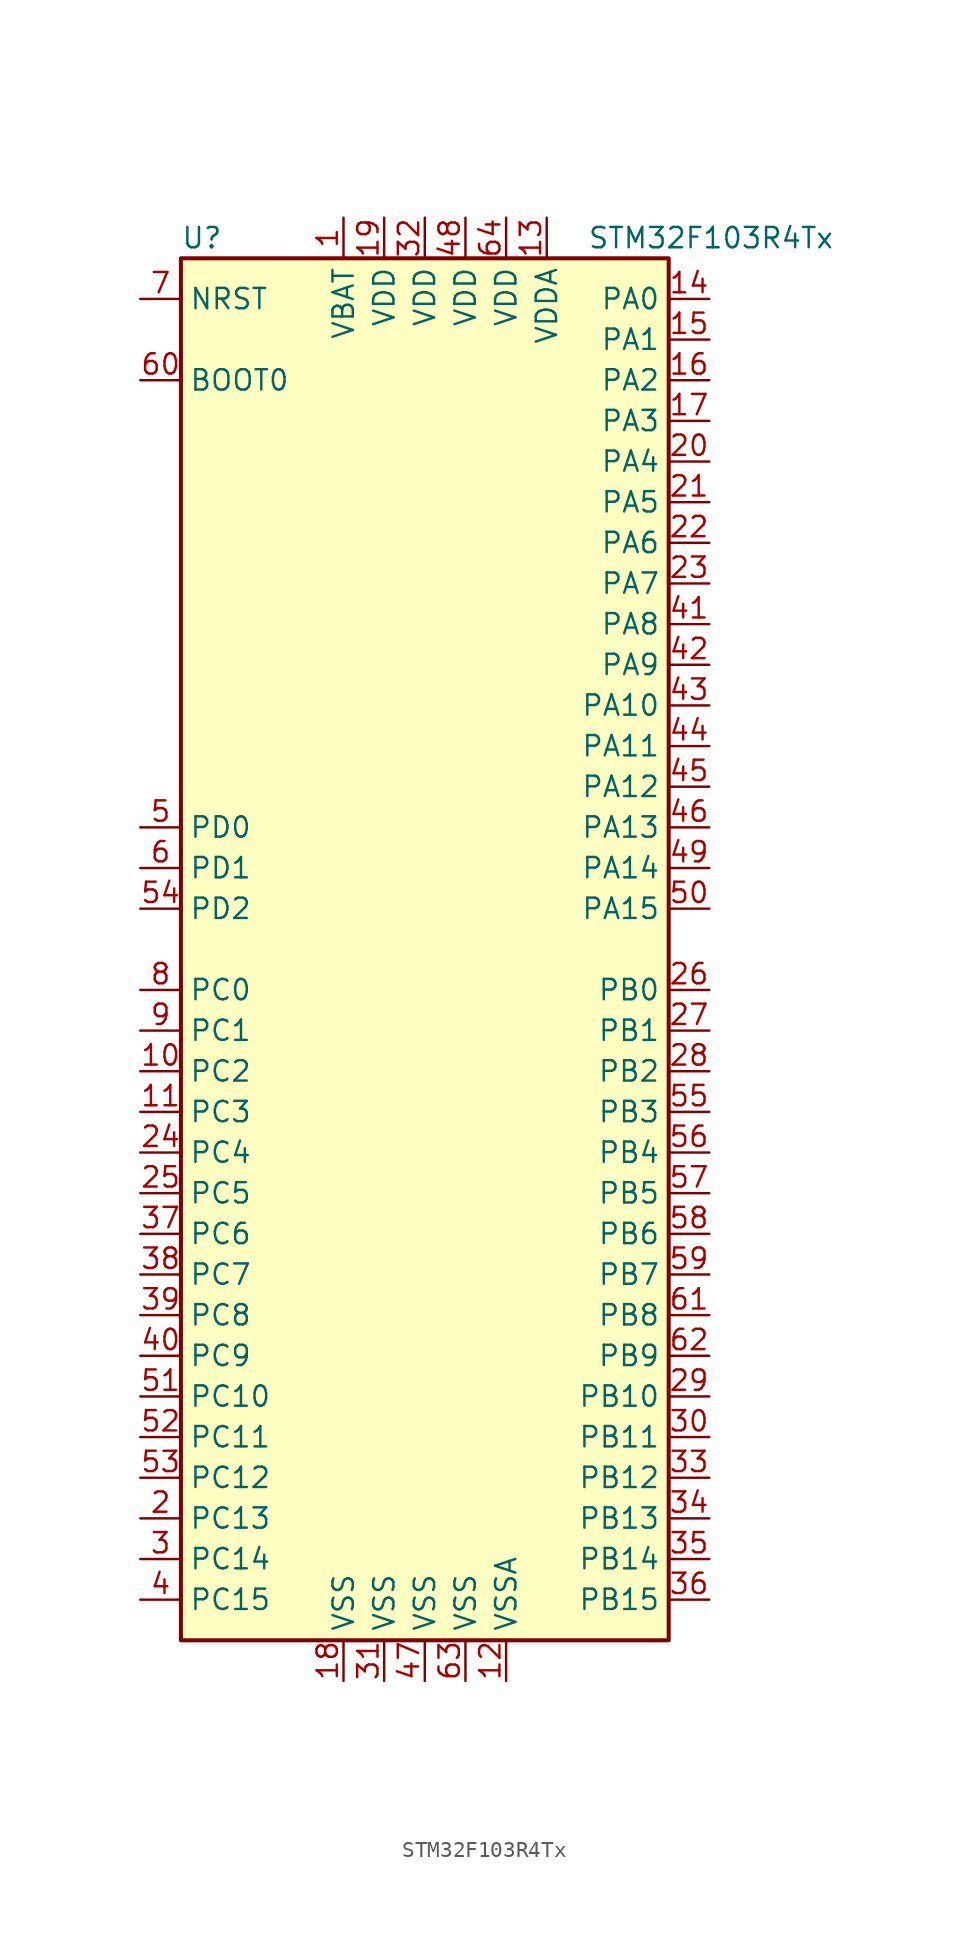
<source format=kicad_sym>
(kicad_symbol_lib
  (version 20201005)
  (generator kicad_symbol_editor)
  (symbol "MCU_ST_STM32F1:STM32F103R4Tx"
    (property "Reference" "U"
      (at -15.24 44.45 0)
      (effects (font (size 1.27 1.27)) (justify left)))
    (property "Value" "STM32F103R4Tx"
      (at 10.16 44.45 0)
      (effects (font (size 1.27 1.27)) (justify left)))
    (symbol "STM32F103R4Tx_0_1"
      (rectangle (start -15.24 -43.18) (end 15.24 43.18) (stroke (width 0.254)) (fill (type background))))
    (symbol "STM32F103R4Tx_1_1"
      (pin input line (at -17.78 35.56 0) (length 2.54) (name "BOOT0" (effects (font (size 1.27 1.27)))) (number "60" (effects (font (size 1.27 1.27)))))
      (pin input line (at -17.78 40.64 0) (length 2.54) (name "NRST" (effects (font (size 1.27 1.27)))) (number "7" (effects (font (size 1.27 1.27)))))
      (pin bidirectional line (at 17.78 40.64 180) (length 2.54) (name "PA0" (effects (font (size 1.27 1.27)))) (number "14" (effects (font (size 1.27 1.27)))))
      (pin bidirectional line (at 17.78 38.1 180) (length 2.54) (name "PA1" (effects (font (size 1.27 1.27)))) (number "15" (effects (font (size 1.27 1.27)))))
      (pin bidirectional line (at 17.78 15.24 180) (length 2.54) (name "PA10" (effects (font (size 1.27 1.27)))) (number "43" (effects (font (size 1.27 1.27)))))
      (pin bidirectional line (at 17.78 12.7 180) (length 2.54) (name "PA11" (effects (font (size 1.27 1.27)))) (number "44" (effects (font (size 1.27 1.27)))))
      (pin bidirectional line (at 17.78 10.16 180) (length 2.54) (name "PA12" (effects (font (size 1.27 1.27)))) (number "45" (effects (font (size 1.27 1.27)))))
      (pin bidirectional line (at 17.78 7.62 180) (length 2.54) (name "PA13" (effects (font (size 1.27 1.27)))) (number "46" (effects (font (size 1.27 1.27)))))
      (pin bidirectional line (at 17.78 5.08 180) (length 2.54) (name "PA14" (effects (font (size 1.27 1.27)))) (number "49" (effects (font (size 1.27 1.27)))))
      (pin bidirectional line (at 17.78 2.54 180) (length 2.54) (name "PA15" (effects (font (size 1.27 1.27)))) (number "50" (effects (font (size 1.27 1.27)))))
      (pin bidirectional line (at 17.78 35.56 180) (length 2.54) (name "PA2" (effects (font (size 1.27 1.27)))) (number "16" (effects (font (size 1.27 1.27)))))
      (pin bidirectional line (at 17.78 33.02 180) (length 2.54) (name "PA3" (effects (font (size 1.27 1.27)))) (number "17" (effects (font (size 1.27 1.27)))))
      (pin bidirectional line (at 17.78 30.48 180) (length 2.54) (name "PA4" (effects (font (size 1.27 1.27)))) (number "20" (effects (font (size 1.27 1.27)))))
      (pin bidirectional line (at 17.78 27.94 180) (length 2.54) (name "PA5" (effects (font (size 1.27 1.27)))) (number "21" (effects (font (size 1.27 1.27)))))
      (pin bidirectional line (at 17.78 25.4 180) (length 2.54) (name "PA6" (effects (font (size 1.27 1.27)))) (number "22" (effects (font (size 1.27 1.27)))))
      (pin bidirectional line (at 17.78 22.86 180) (length 2.54) (name "PA7" (effects (font (size 1.27 1.27)))) (number "23" (effects (font (size 1.27 1.27)))))
      (pin bidirectional line (at 17.78 20.32 180) (length 2.54) (name "PA8" (effects (font (size 1.27 1.27)))) (number "41" (effects (font (size 1.27 1.27)))))
      (pin bidirectional line (at 17.78 17.78 180) (length 2.54) (name "PA9" (effects (font (size 1.27 1.27)))) (number "42" (effects (font (size 1.27 1.27)))))
      (pin bidirectional line (at 17.78 -2.54 180) (length 2.54) (name "PB0" (effects (font (size 1.27 1.27)))) (number "26" (effects (font (size 1.27 1.27)))))
      (pin bidirectional line (at 17.78 -5.08 180) (length 2.54) (name "PB1" (effects (font (size 1.27 1.27)))) (number "27" (effects (font (size 1.27 1.27)))))
      (pin bidirectional line (at 17.78 -27.94 180) (length 2.54) (name "PB10" (effects (font (size 1.27 1.27)))) (number "29" (effects (font (size 1.27 1.27)))))
      (pin bidirectional line (at 17.78 -30.48 180) (length 2.54) (name "PB11" (effects (font (size 1.27 1.27)))) (number "30" (effects (font (size 1.27 1.27)))))
      (pin bidirectional line (at 17.78 -33.02 180) (length 2.54) (name "PB12" (effects (font (size 1.27 1.27)))) (number "33" (effects (font (size 1.27 1.27)))))
      (pin bidirectional line (at 17.78 -35.56 180) (length 2.54) (name "PB13" (effects (font (size 1.27 1.27)))) (number "34" (effects (font (size 1.27 1.27)))))
      (pin bidirectional line (at 17.78 -38.1 180) (length 2.54) (name "PB14" (effects (font (size 1.27 1.27)))) (number "35" (effects (font (size 1.27 1.27)))))
      (pin bidirectional line (at 17.78 -40.64 180) (length 2.54) (name "PB15" (effects (font (size 1.27 1.27)))) (number "36" (effects (font (size 1.27 1.27)))))
      (pin bidirectional line (at 17.78 -7.62 180) (length 2.54) (name "PB2" (effects (font (size 1.27 1.27)))) (number "28" (effects (font (size 1.27 1.27)))))
      (pin bidirectional line (at 17.78 -10.16 180) (length 2.54) (name "PB3" (effects (font (size 1.27 1.27)))) (number "55" (effects (font (size 1.27 1.27)))))
      (pin bidirectional line (at 17.78 -12.7 180) (length 2.54) (name "PB4" (effects (font (size 1.27 1.27)))) (number "56" (effects (font (size 1.27 1.27)))))
      (pin bidirectional line (at 17.78 -15.24 180) (length 2.54) (name "PB5" (effects (font (size 1.27 1.27)))) (number "57" (effects (font (size 1.27 1.27)))))
      (pin bidirectional line (at 17.78 -17.78 180) (length 2.54) (name "PB6" (effects (font (size 1.27 1.27)))) (number "58" (effects (font (size 1.27 1.27)))))
      (pin bidirectional line (at 17.78 -20.32 180) (length 2.54) (name "PB7" (effects (font (size 1.27 1.27)))) (number "59" (effects (font (size 1.27 1.27)))))
      (pin bidirectional line (at 17.78 -22.86 180) (length 2.54) (name "PB8" (effects (font (size 1.27 1.27)))) (number "61" (effects (font (size 1.27 1.27)))))
      (pin bidirectional line (at 17.78 -25.4 180) (length 2.54) (name "PB9" (effects (font (size 1.27 1.27)))) (number "62" (effects (font (size 1.27 1.27)))))
      (pin bidirectional line (at -17.78 -2.54 0) (length 2.54) (name "PC0" (effects (font (size 1.27 1.27)))) (number "8" (effects (font (size 1.27 1.27)))))
      (pin bidirectional line (at -17.78 -5.08 0) (length 2.54) (name "PC1" (effects (font (size 1.27 1.27)))) (number "9" (effects (font (size 1.27 1.27)))))
      (pin bidirectional line (at -17.78 -27.94 0) (length 2.54) (name "PC10" (effects (font (size 1.27 1.27)))) (number "51" (effects (font (size 1.27 1.27)))))
      (pin bidirectional line (at -17.78 -30.48 0) (length 2.54) (name "PC11" (effects (font (size 1.27 1.27)))) (number "52" (effects (font (size 1.27 1.27)))))
      (pin bidirectional line (at -17.78 -33.02 0) (length 2.54) (name "PC12" (effects (font (size 1.27 1.27)))) (number "53" (effects (font (size 1.27 1.27)))))
      (pin bidirectional line (at -17.78 -35.56 0) (length 2.54) (name "PC13" (effects (font (size 1.27 1.27)))) (number "2" (effects (font (size 1.27 1.27)))))
      (pin bidirectional line (at -17.78 -38.1 0) (length 2.54) (name "PC14" (effects (font (size 1.27 1.27)))) (number "3" (effects (font (size 1.27 1.27)))))
      (pin bidirectional line (at -17.78 -40.64 0) (length 2.54) (name "PC15" (effects (font (size 1.27 1.27)))) (number "4" (effects (font (size 1.27 1.27)))))
      (pin bidirectional line (at -17.78 -7.62 0) (length 2.54) (name "PC2" (effects (font (size 1.27 1.27)))) (number "10" (effects (font (size 1.27 1.27)))))
      (pin bidirectional line (at -17.78 -10.16 0) (length 2.54) (name "PC3" (effects (font (size 1.27 1.27)))) (number "11" (effects (font (size 1.27 1.27)))))
      (pin bidirectional line (at -17.78 -12.7 0) (length 2.54) (name "PC4" (effects (font (size 1.27 1.27)))) (number "24" (effects (font (size 1.27 1.27)))))
      (pin bidirectional line (at -17.78 -15.24 0) (length 2.54) (name "PC5" (effects (font (size 1.27 1.27)))) (number "25" (effects (font (size 1.27 1.27)))))
      (pin bidirectional line (at -17.78 -17.78 0) (length 2.54) (name "PC6" (effects (font (size 1.27 1.27)))) (number "37" (effects (font (size 1.27 1.27)))))
      (pin bidirectional line (at -17.78 -20.32 0) (length 2.54) (name "PC7" (effects (font (size 1.27 1.27)))) (number "38" (effects (font (size 1.27 1.27)))))
      (pin bidirectional line (at -17.78 -22.86 0) (length 2.54) (name "PC8" (effects (font (size 1.27 1.27)))) (number "39" (effects (font (size 1.27 1.27)))))
      (pin bidirectional line (at -17.78 -25.4 0) (length 2.54) (name "PC9" (effects (font (size 1.27 1.27)))) (number "40" (effects (font (size 1.27 1.27)))))
      (pin input line (at -17.78 7.62 0) (length 2.54) (name "PD0" (effects (font (size 1.27 1.27)))) (number "5" (effects (font (size 1.27 1.27)))))
      (pin input line (at -17.78 5.08 0) (length 2.54) (name "PD1" (effects (font (size 1.27 1.27)))) (number "6" (effects (font (size 1.27 1.27)))))
      (pin bidirectional line (at -17.78 2.54 0) (length 2.54) (name "PD2" (effects (font (size 1.27 1.27)))) (number "54" (effects (font (size 1.27 1.27)))))
      (pin power_in line (at -5.08 45.72 270) (length 2.54) (name "VBAT" (effects (font (size 1.27 1.27)))) (number "1" (effects (font (size 1.27 1.27)))))
      (pin power_in line (at -2.54 45.72 270) (length 2.54) (name "VDD" (effects (font (size 1.27 1.27)))) (number "19" (effects (font (size 1.27 1.27)))))
      (pin power_in line (at 0 45.72 270) (length 2.54) (name "VDD" (effects (font (size 1.27 1.27)))) (number "32" (effects (font (size 1.27 1.27)))))
      (pin power_in line (at 2.54 45.72 270) (length 2.54) (name "VDD" (effects (font (size 1.27 1.27)))) (number "48" (effects (font (size 1.27 1.27)))))
      (pin power_in line (at 5.08 45.72 270) (length 2.54) (name "VDD" (effects (font (size 1.27 1.27)))) (number "64" (effects (font (size 1.27 1.27)))))
      (pin power_in line (at 7.62 45.72 270) (length 2.54) (name "VDDA" (effects (font (size 1.27 1.27)))) (number "13" (effects (font (size 1.27 1.27)))))
      (pin power_in line (at -5.08 -45.72 90) (length 2.54) (name "VSS" (effects (font (size 1.27 1.27)))) (number "18" (effects (font (size 1.27 1.27)))))
      (pin power_in line (at -2.54 -45.72 90) (length 2.54) (name "VSS" (effects (font (size 1.27 1.27)))) (number "31" (effects (font (size 1.27 1.27)))))
      (pin power_in line (at 0 -45.72 90) (length 2.54) (name "VSS" (effects (font (size 1.27 1.27)))) (number "47" (effects (font (size 1.27 1.27)))))
      (pin power_in line (at 2.54 -45.72 90) (length 2.54) (name "VSS" (effects (font (size 1.27 1.27)))) (number "63" (effects (font (size 1.27 1.27)))))
      (pin power_in line (at 5.08 -45.72 90) (length 2.54) (name "VSSA" (effects (font (size 1.27 1.27)))) (number "12" (effects (font (size 1.27 1.27))))))))
</source>
